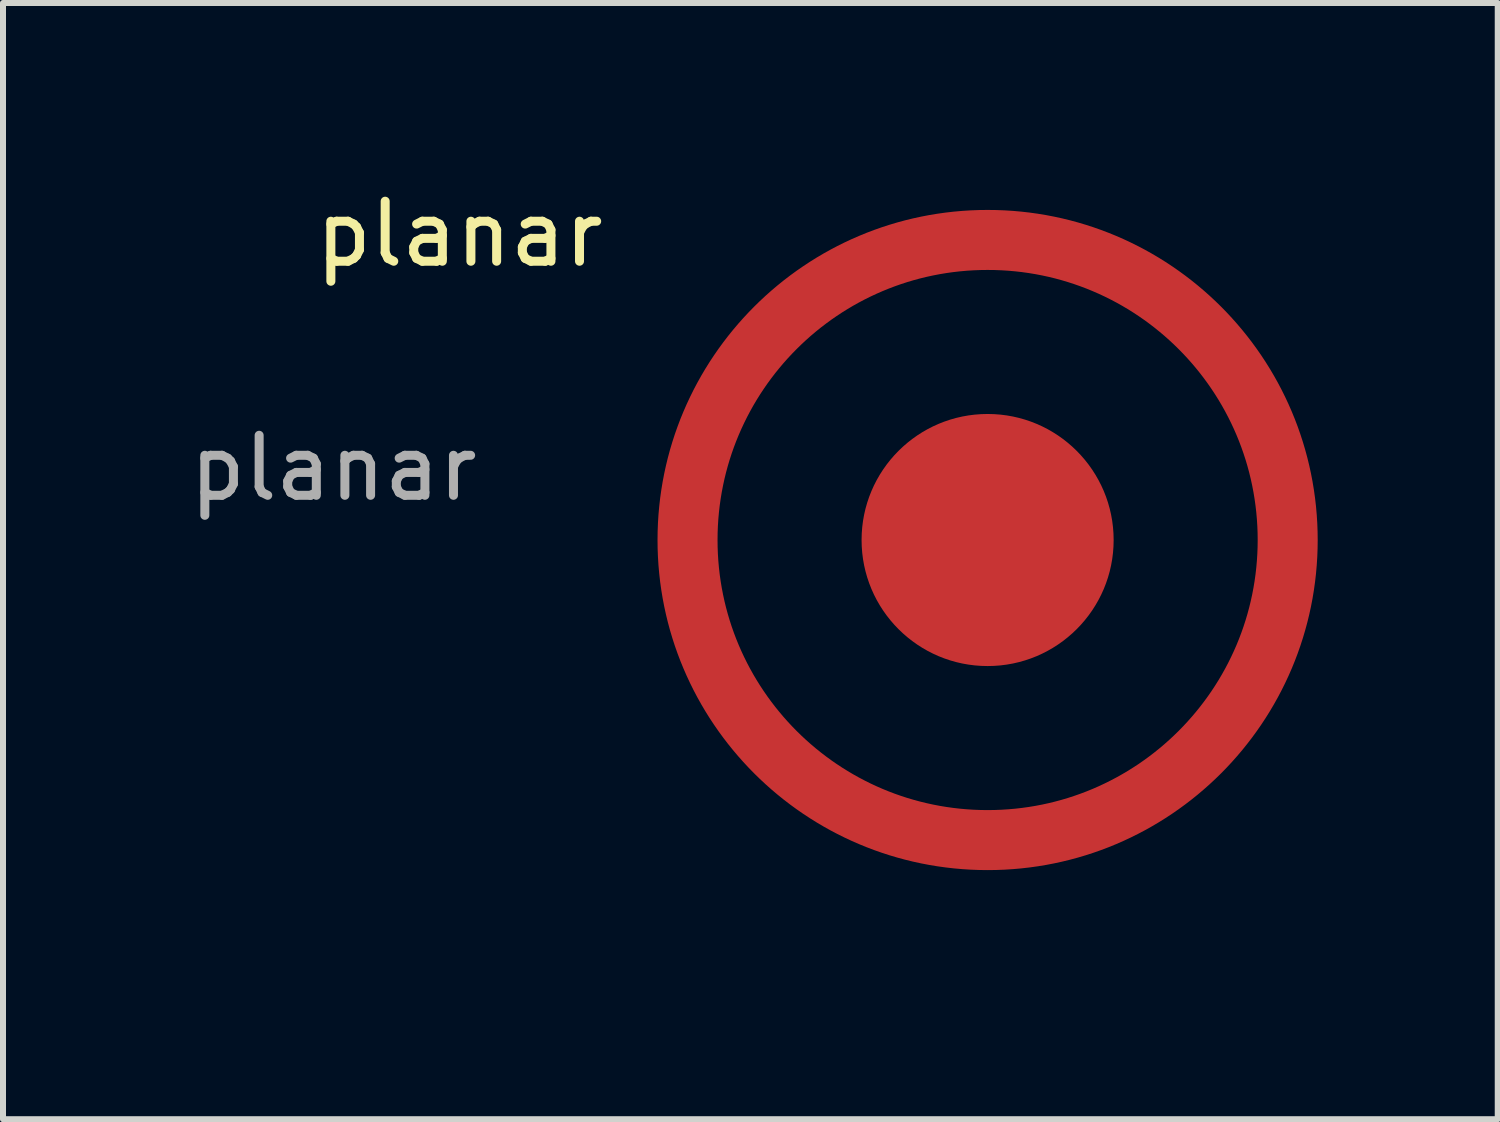
<source format=kicad_pcb>
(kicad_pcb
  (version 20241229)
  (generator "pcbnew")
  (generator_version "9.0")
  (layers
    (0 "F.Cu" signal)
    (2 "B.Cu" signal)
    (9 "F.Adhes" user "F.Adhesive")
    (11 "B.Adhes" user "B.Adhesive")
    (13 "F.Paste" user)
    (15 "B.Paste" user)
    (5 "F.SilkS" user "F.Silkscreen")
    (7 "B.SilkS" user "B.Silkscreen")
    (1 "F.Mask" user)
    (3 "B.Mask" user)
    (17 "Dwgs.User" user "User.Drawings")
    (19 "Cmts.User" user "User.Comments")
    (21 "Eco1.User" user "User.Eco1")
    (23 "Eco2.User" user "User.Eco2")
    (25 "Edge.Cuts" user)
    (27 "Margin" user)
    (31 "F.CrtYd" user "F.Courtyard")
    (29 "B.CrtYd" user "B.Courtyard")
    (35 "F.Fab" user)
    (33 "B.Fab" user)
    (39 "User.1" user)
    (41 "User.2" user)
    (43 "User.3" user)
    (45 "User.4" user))
  (footprint "planar"
    (layer "F.Cu")
    (at 8.606 12.348)
    (property "Reference" "planar" (at -4 -11.5 0) (unlocked yes) (layer "F.SilkS") (effects (font (size 1 1) (thickness 0.15))))
    (attr smd)
    (fp_circle (center 4.8 -6.4) (end 6.8 -6.4) (stroke (width 0.2) (type solid)) (fill yes) (layer "F.Cu"))
    (fp_circle (center 4.8 -6.4) (end 9.8 -6.4) (stroke (width 1) (type solid)) (fill no) (layer "F.Cu"))
    (fp_text user "${REFERENCE}" (at -6.1 -7.6 0) (unlocked yes) (layer "F.Fab") (effects (font (size 1 1) (thickness 0.15)))))
  (gr_rect
    (start -3 -3)
    (end 21.906 15.598)
    (stroke (width 0.1) (type default))
    (fill no)
    (layer "Edge.Cuts")))
</source>
